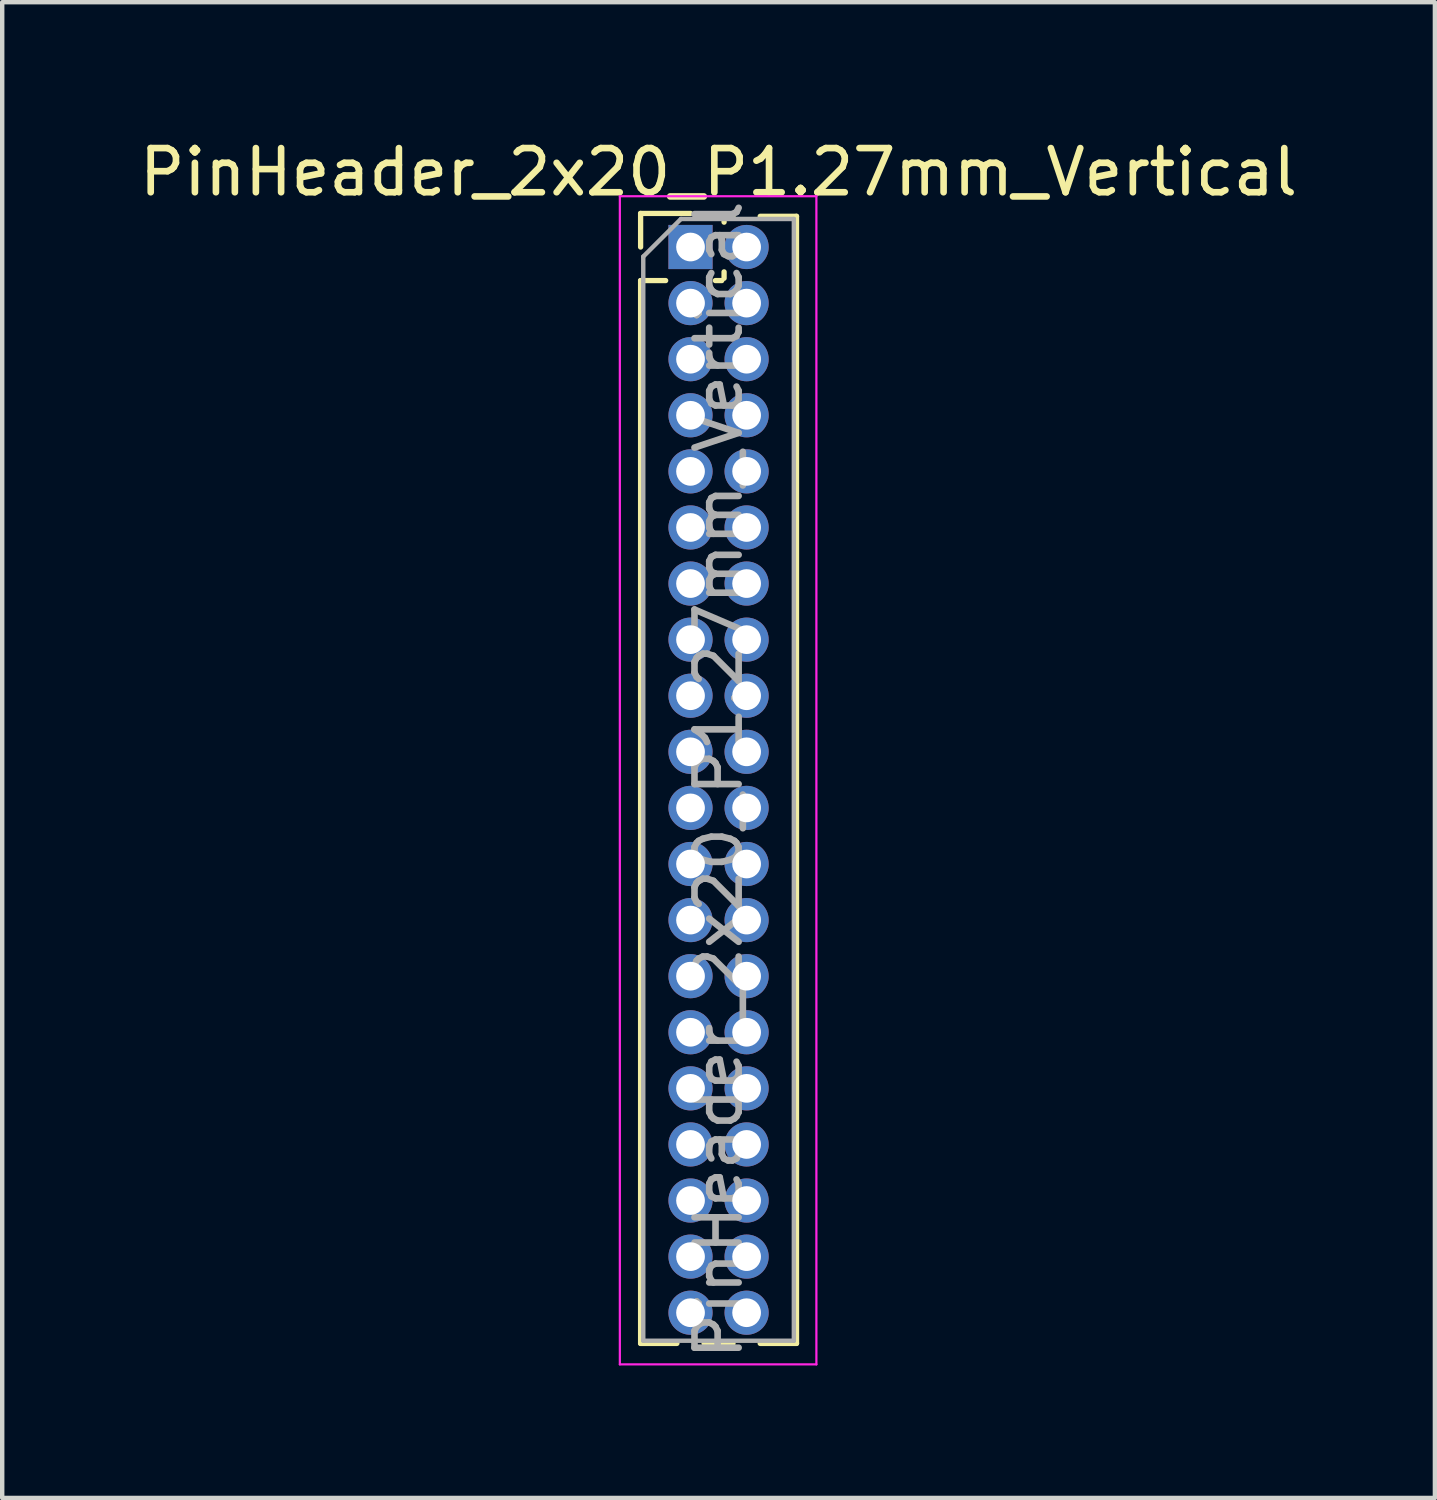
<source format=kicad_pcb>
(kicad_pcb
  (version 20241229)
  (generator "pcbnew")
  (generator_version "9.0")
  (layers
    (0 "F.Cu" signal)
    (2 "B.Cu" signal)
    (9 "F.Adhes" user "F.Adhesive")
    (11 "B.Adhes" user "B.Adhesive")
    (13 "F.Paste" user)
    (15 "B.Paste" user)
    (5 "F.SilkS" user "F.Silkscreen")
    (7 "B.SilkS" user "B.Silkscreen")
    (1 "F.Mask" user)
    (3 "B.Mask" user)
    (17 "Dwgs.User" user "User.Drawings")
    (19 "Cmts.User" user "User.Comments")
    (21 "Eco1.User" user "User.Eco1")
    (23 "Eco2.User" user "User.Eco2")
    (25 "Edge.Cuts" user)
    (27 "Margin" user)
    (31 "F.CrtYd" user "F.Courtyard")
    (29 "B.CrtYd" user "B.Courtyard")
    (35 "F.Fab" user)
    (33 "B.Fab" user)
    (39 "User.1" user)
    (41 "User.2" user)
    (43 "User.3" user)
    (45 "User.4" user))
  (footprint "PinHeader_2x20_P1.27mm_Vertical"
    (layer "F.Cu")
    (at 12.585 2.543)
    (property "Reference" "PinHeader_2x20_P1.27mm_Vertical" (at 0.635 -1.695 0) (layer "F.SilkS") (effects (font (size 1 1) (thickness 0.15))))
    (attr through_hole)
    (fp_line (start -1.13 -0.76) (end 0 -0.76) (stroke (width 0.12) (type solid)) (layer "F.SilkS"))
    (fp_line (start -1.13 0) (end -1.13 -0.76) (stroke (width 0.12) (type solid)) (layer "F.SilkS"))
    (fp_line (start -1.13 0.76) (end -1.13 24.825) (stroke (width 0.12) (type solid)) (layer "F.SilkS"))
    (fp_line (start -1.13 0.76) (end -0.563 0.76) (stroke (width 0.12) (type solid)) (layer "F.SilkS"))
    (fp_line (start -1.13 24.825) (end -0.308 24.825) (stroke (width 0.12) (type solid)) (layer "F.SilkS"))
    (fp_line (start 0.308 24.825) (end 0.962 24.825) (stroke (width 0.12) (type solid)) (layer "F.SilkS"))
    (fp_line (start 0.563 0.76) (end 0.707 0.76) (stroke (width 0.12) (type solid)) (layer "F.SilkS"))
    (fp_line (start 0.76 -0.695) (end 0.962 -0.695) (stroke (width 0.12) (type solid)) (layer "F.SilkS"))
    (fp_line (start 0.76 -0.563) (end 0.76 -0.695) (stroke (width 0.12) (type solid)) (layer "F.SilkS"))
    (fp_line (start 0.76 0.707) (end 0.76 0.563) (stroke (width 0.12) (type solid)) (layer "F.SilkS"))
    (fp_line (start 1.578 -0.695) (end 2.4 -0.695) (stroke (width 0.12) (type solid)) (layer "F.SilkS"))
    (fp_line (start 1.578 24.825) (end 2.4 24.825) (stroke (width 0.12) (type solid)) (layer "F.SilkS"))
    (fp_line (start 2.4 -0.695) (end 2.4 24.825) (stroke (width 0.12) (type solid)) (layer "F.SilkS"))
    (fp_line (start -1.6 -1.15) (end -1.6 25.3) (stroke (width 0.05) (type solid)) (layer "F.CrtYd"))
    (fp_line (start -1.6 25.3) (end 2.85 25.3) (stroke (width 0.05) (type solid)) (layer "F.CrtYd"))
    (fp_line (start 2.85 -1.15) (end -1.6 -1.15) (stroke (width 0.05) (type solid)) (layer "F.CrtYd"))
    (fp_line (start 2.85 25.3) (end 2.85 -1.15) (stroke (width 0.05) (type solid)) (layer "F.CrtYd"))
    (fp_line (start -1.07 0.217) (end -0.217 -0.635) (stroke (width 0.1) (type solid)) (layer "F.Fab"))
    (fp_line (start -1.07 24.765) (end -1.07 0.217) (stroke (width 0.1) (type solid)) (layer "F.Fab"))
    (fp_line (start -0.217 -0.635) (end 2.34 -0.635) (stroke (width 0.1) (type solid)) (layer "F.Fab"))
    (fp_line (start 2.34 -0.635) (end 2.34 24.765) (stroke (width 0.1) (type solid)) (layer "F.Fab"))
    (fp_line (start 2.34 24.765) (end -1.07 24.765) (stroke (width 0.1) (type solid)) (layer "F.Fab"))
    (fp_text user "${REFERENCE}" (at 0.635 12.065 90) (layer "F.Fab") (effects (font (size 1 1) (thickness 0.15))))
    (pad "1" thru_hole rect (at 0 0) (size 1 1) (drill 0.65) (layers "*.Cu" "*.Mask"))
    (pad "2" thru_hole oval (at 1.27 0) (size 1 1) (drill 0.65) (layers "*.Cu" "*.Mask"))
    (pad "3" thru_hole oval (at 0 1.27) (size 1 1) (drill 0.65) (layers "*.Cu" "*.Mask"))
    (pad "4" thru_hole oval (at 1.27 1.27) (size 1 1) (drill 0.65) (layers "*.Cu" "*.Mask"))
    (pad "5" thru_hole oval (at 0 2.54) (size 1 1) (drill 0.65) (layers "*.Cu" "*.Mask"))
    (pad "6" thru_hole oval (at 1.27 2.54) (size 1 1) (drill 0.65) (layers "*.Cu" "*.Mask"))
    (pad "7" thru_hole oval (at 0 3.81) (size 1 1) (drill 0.65) (layers "*.Cu" "*.Mask"))
    (pad "8" thru_hole oval (at 1.27 3.81) (size 1 1) (drill 0.65) (layers "*.Cu" "*.Mask"))
    (pad "9" thru_hole oval (at 0 5.08) (size 1 1) (drill 0.65) (layers "*.Cu" "*.Mask"))
    (pad "10" thru_hole oval (at 1.27 5.08) (size 1 1) (drill 0.65) (layers "*.Cu" "*.Mask"))
    (pad "11" thru_hole oval (at 0 6.35) (size 1 1) (drill 0.65) (layers "*.Cu" "*.Mask"))
    (pad "12" thru_hole oval (at 1.27 6.35) (size 1 1) (drill 0.65) (layers "*.Cu" "*.Mask"))
    (pad "13" thru_hole oval (at 0 7.62) (size 1 1) (drill 0.65) (layers "*.Cu" "*.Mask"))
    (pad "14" thru_hole oval (at 1.27 7.62) (size 1 1) (drill 0.65) (layers "*.Cu" "*.Mask"))
    (pad "15" thru_hole oval (at 0 8.89) (size 1 1) (drill 0.65) (layers "*.Cu" "*.Mask"))
    (pad "16" thru_hole oval (at 1.27 8.89) (size 1 1) (drill 0.65) (layers "*.Cu" "*.Mask"))
    (pad "17" thru_hole oval (at 0 10.16) (size 1 1) (drill 0.65) (layers "*.Cu" "*.Mask"))
    (pad "18" thru_hole oval (at 1.27 10.16) (size 1 1) (drill 0.65) (layers "*.Cu" "*.Mask"))
    (pad "19" thru_hole oval (at 0 11.43) (size 1 1) (drill 0.65) (layers "*.Cu" "*.Mask"))
    (pad "20" thru_hole oval (at 1.27 11.43) (size 1 1) (drill 0.65) (layers "*.Cu" "*.Mask"))
    (pad "21" thru_hole oval (at 0 12.7) (size 1 1) (drill 0.65) (layers "*.Cu" "*.Mask"))
    (pad "22" thru_hole oval (at 1.27 12.7) (size 1 1) (drill 0.65) (layers "*.Cu" "*.Mask"))
    (pad "23" thru_hole oval (at 0 13.97) (size 1 1) (drill 0.65) (layers "*.Cu" "*.Mask"))
    (pad "24" thru_hole oval (at 1.27 13.97) (size 1 1) (drill 0.65) (layers "*.Cu" "*.Mask"))
    (pad "25" thru_hole oval (at 0 15.24) (size 1 1) (drill 0.65) (layers "*.Cu" "*.Mask"))
    (pad "26" thru_hole oval (at 1.27 15.24) (size 1 1) (drill 0.65) (layers "*.Cu" "*.Mask"))
    (pad "27" thru_hole oval (at 0 16.51) (size 1 1) (drill 0.65) (layers "*.Cu" "*.Mask"))
    (pad "28" thru_hole oval (at 1.27 16.51) (size 1 1) (drill 0.65) (layers "*.Cu" "*.Mask"))
    (pad "29" thru_hole oval (at 0 17.78) (size 1 1) (drill 0.65) (layers "*.Cu" "*.Mask"))
    (pad "30" thru_hole oval (at 1.27 17.78) (size 1 1) (drill 0.65) (layers "*.Cu" "*.Mask"))
    (pad "31" thru_hole oval (at 0 19.05) (size 1 1) (drill 0.65) (layers "*.Cu" "*.Mask"))
    (pad "32" thru_hole oval (at 1.27 19.05) (size 1 1) (drill 0.65) (layers "*.Cu" "*.Mask"))
    (pad "33" thru_hole oval (at 0 20.32) (size 1 1) (drill 0.65) (layers "*.Cu" "*.Mask"))
    (pad "34" thru_hole oval (at 1.27 20.32) (size 1 1) (drill 0.65) (layers "*.Cu" "*.Mask"))
    (pad "35" thru_hole oval (at 0 21.59) (size 1 1) (drill 0.65) (layers "*.Cu" "*.Mask"))
    (pad "36" thru_hole oval (at 1.27 21.59) (size 1 1) (drill 0.65) (layers "*.Cu" "*.Mask"))
    (pad "37" thru_hole oval (at 0 22.86) (size 1 1) (drill 0.65) (layers "*.Cu" "*.Mask"))
    (pad "38" thru_hole oval (at 1.27 22.86) (size 1 1) (drill 0.65) (layers "*.Cu" "*.Mask"))
    (pad "39" thru_hole oval (at 0 24.13) (size 1 1) (drill 0.65) (layers "*.Cu" "*.Mask"))
    (pad "40" thru_hole oval (at 1.27 24.13) (size 1 1) (drill 0.65) (layers "*.Cu" "*.Mask")))
  (gr_rect
    (start -3 -3)
    (end 29.44 30.868)
    (stroke (width 0.1) (type default))
    (fill no)
    (layer "Edge.Cuts")))
</source>
